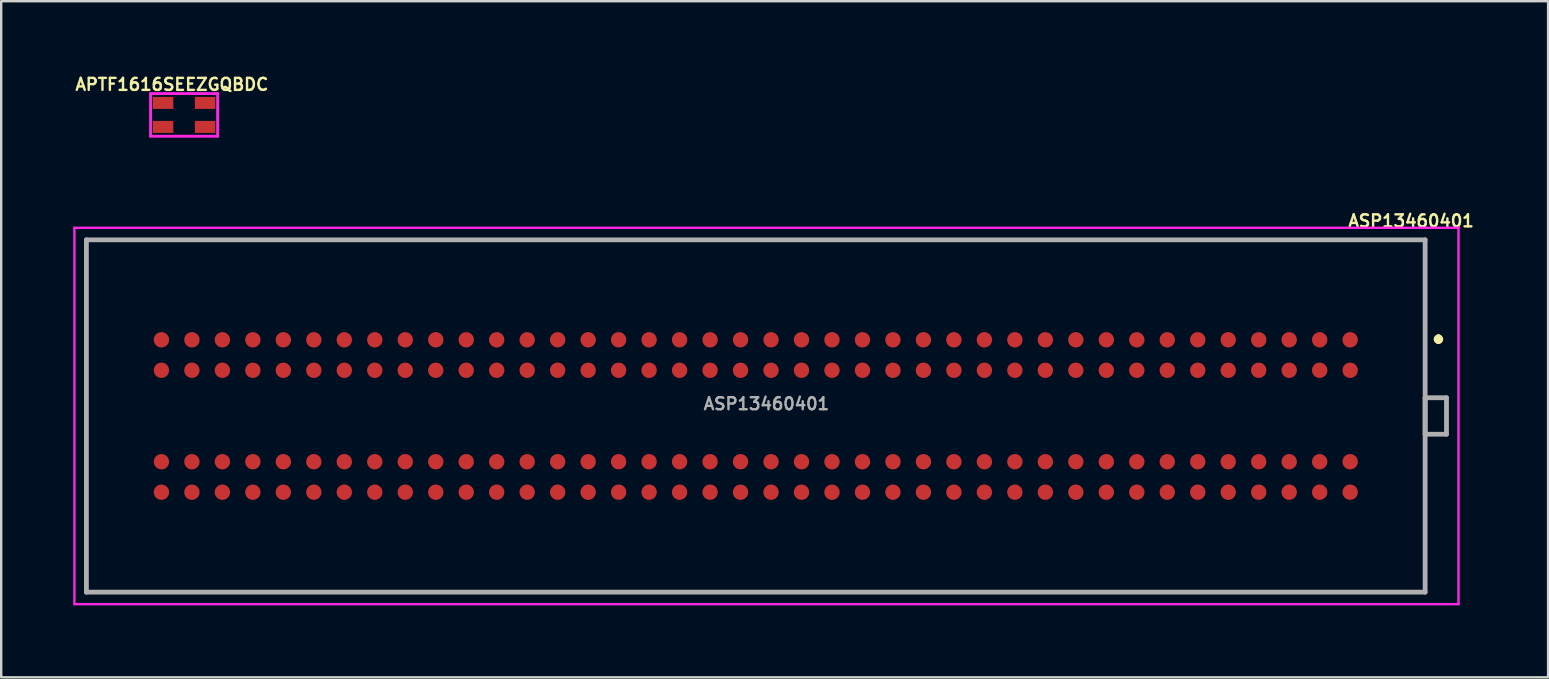
<source format=kicad_pcb>
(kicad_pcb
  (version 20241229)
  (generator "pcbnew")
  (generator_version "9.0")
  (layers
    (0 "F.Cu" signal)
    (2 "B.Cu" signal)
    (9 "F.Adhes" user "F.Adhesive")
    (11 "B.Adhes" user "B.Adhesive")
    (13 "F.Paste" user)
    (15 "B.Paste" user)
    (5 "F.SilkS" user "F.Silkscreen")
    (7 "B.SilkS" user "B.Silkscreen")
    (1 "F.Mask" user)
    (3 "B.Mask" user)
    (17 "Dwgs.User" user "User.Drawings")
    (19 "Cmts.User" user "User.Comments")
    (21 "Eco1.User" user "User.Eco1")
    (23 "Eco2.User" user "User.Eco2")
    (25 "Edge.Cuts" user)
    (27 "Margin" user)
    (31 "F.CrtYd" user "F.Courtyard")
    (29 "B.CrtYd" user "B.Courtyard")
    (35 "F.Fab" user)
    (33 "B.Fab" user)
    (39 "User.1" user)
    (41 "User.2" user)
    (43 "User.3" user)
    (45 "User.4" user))
  (footprint "APTF1616SEEZGQBDC"
    (layer "F.Cu")
    (at 4.62 1.738)
    (property "Reference" "APTF1616SEEZGQBDC" (at -0.508 -1.27 0) (layer "F.SilkS") (effects (font (size 0.5 0.5) (thickness 0.1))))
    (attr through_hole)
    (fp_line (start -1.397 -0.889) (end 1.397 -0.889) (stroke (width 0.12) (type solid)) (layer "F.CrtYd"))
    (fp_line (start -1.397 0.889) (end -1.397 -0.889) (stroke (width 0.12) (type solid)) (layer "F.CrtYd"))
    (fp_line (start 1.397 -0.889) (end 1.397 0.889) (stroke (width 0.12) (type solid)) (layer "F.CrtYd"))
    (fp_line (start 1.397 0.889) (end -1.397 0.889) (stroke (width 0.12) (type solid)) (layer "F.CrtYd"))
    (pad "1" smd rect (at 0.875 0.5) (size 0.85 0.5) (layers "F.Cu" "F.Mask" "F.Paste"))
    (pad "2" smd rect (at -0.875 0.5) (size 0.85 0.5) (layers "F.Cu" "F.Mask" "F.Paste"))
    (pad "3" smd rect (at -0.875 -0.5) (size 0.85 0.5) (layers "F.Cu" "F.Mask" "F.Paste"))
    (pad "4" smd rect (at 0.875 -0.5) (size 0.85 0.5) (layers "F.Cu" "F.Mask" "F.Paste")))
  (footprint "ASP13460401"
    (layer "F.Cu")
    (at 28.441 14.283)
    (property "Reference" "ASP13460401" (at 27.305 -8.128 0) (layer "F.SilkS") (effects (font (size 0.5 0.5) (thickness 0.1))))
    (attr through_hole)
    (fp_line (start -27.891 -7.34) (end 27.889 -7.34) (stroke (width 0.1) (type solid)) (layer "F.SilkS"))
    (fp_line (start -27.891 2) (end -27.891 -7.34) (stroke (width 0.1) (type solid)) (layer "F.SilkS"))
    (fp_line (start -27.891 4) (end -27.891 7.34) (stroke (width 0.1) (type solid)) (layer "F.SilkS"))
    (fp_line (start -27.891 7.34) (end 27.889 7.34) (stroke (width 0.1) (type solid)) (layer "F.SilkS"))
    (fp_line (start 27.889 -7.34) (end 27.889 -1.5) (stroke (width 0.1) (type solid)) (layer "F.SilkS"))
    (fp_line (start 27.889 7.34) (end 27.889 1.5) (stroke (width 0.1) (type solid)) (layer "F.SilkS"))
    (fp_line (start 28.444 -3.3) (end 28.444 -3.3) (stroke (width 0.2) (type solid)) (layer "F.SilkS"))
    (fp_line (start 28.444 -3.1) (end 28.444 -3.1) (stroke (width 0.2) (type solid)) (layer "F.SilkS"))
    (fp_arc (start 28.444 -3.3) (mid 28.544 -3.2) (end 28.444 -3.1) (stroke (width 0.2) (type solid)) (layer "F.SilkS"))
    (fp_arc (start 28.444 -3.1) (mid 28.344 -3.2) (end 28.444 -3.3) (stroke (width 0.2) (type solid)) (layer "F.SilkS"))
    (fp_line (start -28.391 -7.84) (end 29.279 -7.84) (stroke (width 0.1) (type solid)) (layer "F.CrtYd"))
    (fp_line (start -28.391 7.84) (end -28.391 -7.84) (stroke (width 0.1) (type solid)) (layer "F.CrtYd"))
    (fp_line (start 29.279 -7.84) (end 29.279 7.84) (stroke (width 0.1) (type solid)) (layer "F.CrtYd"))
    (fp_line (start 29.279 7.84) (end -28.391 7.84) (stroke (width 0.1) (type solid)) (layer "F.CrtYd"))
    (fp_line (start -27.891 -7.34) (end 27.889 -7.34) (stroke (width 0.2) (type solid)) (layer "F.Fab"))
    (fp_line (start -27.891 7.34) (end -27.891 -7.34) (stroke (width 0.2) (type solid)) (layer "F.Fab"))
    (fp_line (start 27.889 -7.34) (end 27.889 7.34) (stroke (width 0.2) (type solid)) (layer "F.Fab"))
    (fp_line (start 27.889 -0.76) (end 28.779 -0.76) (stroke (width 0.2) (type solid)) (layer "F.Fab"))
    (fp_line (start 27.889 0.76) (end 27.889 -0.76) (stroke (width 0.2) (type solid)) (layer "F.Fab"))
    (fp_line (start 27.889 7.34) (end -27.891 7.34) (stroke (width 0.2) (type solid)) (layer "F.Fab"))
    (fp_line (start 28.779 -0.76) (end 28.779 0.76) (stroke (width 0.2) (type solid)) (layer "F.Fab"))
    (fp_line (start 28.779 0.76) (end 27.889 0.76) (stroke (width 0.2) (type solid)) (layer "F.Fab"))
    (fp_text user "${REFERENCE}" (at 0.444 -0.508 0) (layer "F.Fab") (effects (font (size 0.5 0.5) (thickness 0.1))))
    (pad "" np_thru_hole circle (at -27.191 3.05) (size 0.001 0.001) (drill 1.27) (layers "*.Cu" "*.Mask"))
    (pad "" np_thru_hole circle (at 27.189 0) (size 0.001 0.001) (drill 1.27) (layers "*.Cu" "*.Mask"))
    (pad "C1" smd circle (at 24.765 -3.175 90) (size 0.64 0.64) (layers "F.Cu" "F.Mask" "F.Paste"))
    (pad "C2" smd circle (at 23.495 -3.175 90) (size 0.64 0.64) (layers "F.Cu" "F.Mask" "F.Paste"))
    (pad "C3" smd circle (at 22.225 -3.175 90) (size 0.64 0.64) (layers "F.Cu" "F.Mask" "F.Paste"))
    (pad "C4" smd circle (at 20.955 -3.175 90) (size 0.64 0.64) (layers "F.Cu" "F.Mask" "F.Paste"))
    (pad "C5" smd circle (at 19.685 -3.175 90) (size 0.64 0.64) (layers "F.Cu" "F.Mask" "F.Paste"))
    (pad "C6" smd circle (at 18.415 -3.175 90) (size 0.64 0.64) (layers "F.Cu" "F.Mask" "F.Paste"))
    (pad "C7" smd circle (at 17.145 -3.175 90) (size 0.64 0.64) (layers "F.Cu" "F.Mask" "F.Paste"))
    (pad "C8" smd circle (at 15.875 -3.175 90) (size 0.64 0.64) (layers "F.Cu" "F.Mask" "F.Paste"))
    (pad "C9" smd circle (at 14.605 -3.175 90) (size 0.64 0.64) (layers "F.Cu" "F.Mask" "F.Paste"))
    (pad "C10" smd circle (at 13.335 -3.175 90) (size 0.64 0.64) (layers "F.Cu" "F.Mask" "F.Paste"))
    (pad "C11" smd circle (at 12.065 -3.175 90) (size 0.64 0.64) (layers "F.Cu" "F.Mask" "F.Paste"))
    (pad "C12" smd circle (at 10.795 -3.175 90) (size 0.64 0.64) (layers "F.Cu" "F.Mask" "F.Paste"))
    (pad "C13" smd circle (at 9.525 -3.175 90) (size 0.64 0.64) (layers "F.Cu" "F.Mask" "F.Paste"))
    (pad "C14" smd circle (at 8.255 -3.175 90) (size 0.64 0.64) (layers "F.Cu" "F.Mask" "F.Paste"))
    (pad "C15" smd circle (at 6.985 -3.175 90) (size 0.64 0.64) (layers "F.Cu" "F.Mask" "F.Paste"))
    (pad "C16" smd circle (at 5.715 -3.175 90) (size 0.64 0.64) (layers "F.Cu" "F.Mask" "F.Paste"))
    (pad "C17" smd circle (at 4.445 -3.175 90) (size 0.64 0.64) (layers "F.Cu" "F.Mask" "F.Paste"))
    (pad "C18" smd circle (at 3.175 -3.175 90) (size 0.64 0.64) (layers "F.Cu" "F.Mask" "F.Paste"))
    (pad "C19" smd circle (at 1.905 -3.175 90) (size 0.64 0.64) (layers "F.Cu" "F.Mask" "F.Paste"))
    (pad "C20" smd circle (at 0.635 -3.175 90) (size 0.64 0.64) (layers "F.Cu" "F.Mask" "F.Paste"))
    (pad "C21" smd circle (at -0.635 -3.175 90) (size 0.64 0.64) (layers "F.Cu" "F.Mask" "F.Paste"))
    (pad "C22" smd circle (at -1.905 -3.175 90) (size 0.64 0.64) (layers "F.Cu" "F.Mask" "F.Paste"))
    (pad "C23" smd circle (at -3.175 -3.175 90) (size 0.64 0.64) (layers "F.Cu" "F.Mask" "F.Paste"))
    (pad "C24" smd circle (at -4.445 -3.175 90) (size 0.64 0.64) (layers "F.Cu" "F.Mask" "F.Paste"))
    (pad "C25" smd circle (at -5.715 -3.175 90) (size 0.64 0.64) (layers "F.Cu" "F.Mask" "F.Paste"))
    (pad "C26" smd circle (at -6.985 -3.175 90) (size 0.64 0.64) (layers "F.Cu" "F.Mask" "F.Paste"))
    (pad "C27" smd circle (at -8.255 -3.175 90) (size 0.64 0.64) (layers "F.Cu" "F.Mask" "F.Paste"))
    (pad "C28" smd circle (at -9.525 -3.175 90) (size 0.64 0.64) (layers "F.Cu" "F.Mask" "F.Paste"))
    (pad "C29" smd circle (at -10.795 -3.175 90) (size 0.64 0.64) (layers "F.Cu" "F.Mask" "F.Paste"))
    (pad "C30" smd circle (at -12.065 -3.175 90) (size 0.64 0.64) (layers "F.Cu" "F.Mask" "F.Paste"))
    (pad "C31" smd circle (at -13.335 -3.175 90) (size 0.64 0.64) (layers "F.Cu" "F.Mask" "F.Paste"))
    (pad "C32" smd circle (at -14.605 -3.175 90) (size 0.64 0.64) (layers "F.Cu" "F.Mask" "F.Paste"))
    (pad "C33" smd circle (at -15.875 -3.175 90) (size 0.64 0.64) (layers "F.Cu" "F.Mask" "F.Paste"))
    (pad "C34" smd circle (at -17.145 -3.175 90) (size 0.64 0.64) (layers "F.Cu" "F.Mask" "F.Paste"))
    (pad "C35" smd circle (at -18.415 -3.175 90) (size 0.64 0.64) (layers "F.Cu" "F.Mask" "F.Paste"))
    (pad "C36" smd circle (at -19.685 -3.175 90) (size 0.64 0.64) (layers "F.Cu" "F.Mask" "F.Paste"))
    (pad "C37" smd circle (at -20.955 -3.175 90) (size 0.64 0.64) (layers "F.Cu" "F.Mask" "F.Paste"))
    (pad "C38" smd circle (at -22.225 -3.175 90) (size 0.64 0.64) (layers "F.Cu" "F.Mask" "F.Paste"))
    (pad "C39" smd circle (at -23.495 -3.175 90) (size 0.64 0.64) (layers "F.Cu" "F.Mask" "F.Paste"))
    (pad "C40" smd circle (at -24.765 -3.175 90) (size 0.64 0.64) (layers "F.Cu" "F.Mask" "F.Paste"))
    (pad "D1" smd circle (at 24.765 -1.905 90) (size 0.64 0.64) (layers "F.Cu" "F.Mask" "F.Paste"))
    (pad "D2" smd circle (at 23.495 -1.905 90) (size 0.64 0.64) (layers "F.Cu" "F.Mask" "F.Paste"))
    (pad "D3" smd circle (at 22.225 -1.905 90) (size 0.64 0.64) (layers "F.Cu" "F.Mask" "F.Paste"))
    (pad "D4" smd circle (at 20.955 -1.905 90) (size 0.64 0.64) (layers "F.Cu" "F.Mask" "F.Paste"))
    (pad "D5" smd circle (at 19.685 -1.905 90) (size 0.64 0.64) (layers "F.Cu" "F.Mask" "F.Paste"))
    (pad "D6" smd circle (at 18.415 -1.905 90) (size 0.64 0.64) (layers "F.Cu" "F.Mask" "F.Paste"))
    (pad "D7" smd circle (at 17.145 -1.905 90) (size 0.64 0.64) (layers "F.Cu" "F.Mask" "F.Paste"))
    (pad "D8" smd circle (at 15.875 -1.905 90) (size 0.64 0.64) (layers "F.Cu" "F.Mask" "F.Paste"))
    (pad "D9" smd circle (at 14.605 -1.905 90) (size 0.64 0.64) (layers "F.Cu" "F.Mask" "F.Paste"))
    (pad "D10" smd circle (at 13.335 -1.905 90) (size 0.64 0.64) (layers "F.Cu" "F.Mask" "F.Paste"))
    (pad "D11" smd circle (at 12.065 -1.905 90) (size 0.64 0.64) (layers "F.Cu" "F.Mask" "F.Paste"))
    (pad "D12" smd circle (at 10.795 -1.905 90) (size 0.64 0.64) (layers "F.Cu" "F.Mask" "F.Paste"))
    (pad "D13" smd circle (at 9.525 -1.905 90) (size 0.64 0.64) (layers "F.Cu" "F.Mask" "F.Paste"))
    (pad "D14" smd circle (at 8.255 -1.905 90) (size 0.64 0.64) (layers "F.Cu" "F.Mask" "F.Paste"))
    (pad "D15" smd circle (at 6.985 -1.905 90) (size 0.64 0.64) (layers "F.Cu" "F.Mask" "F.Paste"))
    (pad "D16" smd circle (at 5.715 -1.905 90) (size 0.64 0.64) (layers "F.Cu" "F.Mask" "F.Paste"))
    (pad "D17" smd circle (at 4.445 -1.905 90) (size 0.64 0.64) (layers "F.Cu" "F.Mask" "F.Paste"))
    (pad "D18" smd circle (at 3.175 -1.905 90) (size 0.64 0.64) (layers "F.Cu" "F.Mask" "F.Paste"))
    (pad "D19" smd circle (at 1.905 -1.905 90) (size 0.64 0.64) (layers "F.Cu" "F.Mask" "F.Paste"))
    (pad "D20" smd circle (at 0.635 -1.905 90) (size 0.64 0.64) (layers "F.Cu" "F.Mask" "F.Paste"))
    (pad "D21" smd circle (at -0.635 -1.905 90) (size 0.64 0.64) (layers "F.Cu" "F.Mask" "F.Paste"))
    (pad "D22" smd circle (at -1.905 -1.905 90) (size 0.64 0.64) (layers "F.Cu" "F.Mask" "F.Paste"))
    (pad "D23" smd circle (at -3.175 -1.905 90) (size 0.64 0.64) (layers "F.Cu" "F.Mask" "F.Paste"))
    (pad "D24" smd circle (at -4.445 -1.905 90) (size 0.64 0.64) (layers "F.Cu" "F.Mask" "F.Paste"))
    (pad "D25" smd circle (at -5.715 -1.905 90) (size 0.64 0.64) (layers "F.Cu" "F.Mask" "F.Paste"))
    (pad "D26" smd circle (at -6.985 -1.905 90) (size 0.64 0.64) (layers "F.Cu" "F.Mask" "F.Paste"))
    (pad "D27" smd circle (at -8.255 -1.905 90) (size 0.64 0.64) (layers "F.Cu" "F.Mask" "F.Paste"))
    (pad "D28" smd circle (at -9.525 -1.905 90) (size 0.64 0.64) (layers "F.Cu" "F.Mask" "F.Paste"))
    (pad "D29" smd circle (at -10.795 -1.905 90) (size 0.64 0.64) (layers "F.Cu" "F.Mask" "F.Paste"))
    (pad "D30" smd circle (at -12.065 -1.905 90) (size 0.64 0.64) (layers "F.Cu" "F.Mask" "F.Paste"))
    (pad "D31" smd circle (at -13.335 -1.905 90) (size 0.64 0.64) (layers "F.Cu" "F.Mask" "F.Paste"))
    (pad "D32" smd circle (at -14.605 -1.905 90) (size 0.64 0.64) (layers "F.Cu" "F.Mask" "F.Paste"))
    (pad "D33" smd circle (at -15.875 -1.905 90) (size 0.64 0.64) (layers "F.Cu" "F.Mask" "F.Paste"))
    (pad "D34" smd circle (at -17.145 -1.905 90) (size 0.64 0.64) (layers "F.Cu" "F.Mask" "F.Paste"))
    (pad "D35" smd circle (at -18.415 -1.905 90) (size 0.64 0.64) (layers "F.Cu" "F.Mask" "F.Paste"))
    (pad "D36" smd circle (at -19.685 -1.905 90) (size 0.64 0.64) (layers "F.Cu" "F.Mask" "F.Paste"))
    (pad "D37" smd circle (at -20.955 -1.905 90) (size 0.64 0.64) (layers "F.Cu" "F.Mask" "F.Paste"))
    (pad "D38" smd circle (at -22.225 -1.905 90) (size 0.64 0.64) (layers "F.Cu" "F.Mask" "F.Paste"))
    (pad "D39" smd circle (at -23.495 -1.905 90) (size 0.64 0.64) (layers "F.Cu" "F.Mask" "F.Paste"))
    (pad "D40" smd circle (at -24.765 -1.905 90) (size 0.64 0.64) (layers "F.Cu" "F.Mask" "F.Paste"))
    (pad "G1" smd circle (at 24.765 1.905 90) (size 0.64 0.64) (layers "F.Cu" "F.Mask" "F.Paste"))
    (pad "G2" smd circle (at 23.495 1.905 90) (size 0.64 0.64) (layers "F.Cu" "F.Mask" "F.Paste"))
    (pad "G3" smd circle (at 22.225 1.905 90) (size 0.64 0.64) (layers "F.Cu" "F.Mask" "F.Paste"))
    (pad "G4" smd circle (at 20.955 1.905 90) (size 0.64 0.64) (layers "F.Cu" "F.Mask" "F.Paste"))
    (pad "G5" smd circle (at 19.685 1.905 90) (size 0.64 0.64) (layers "F.Cu" "F.Mask" "F.Paste"))
    (pad "G6" smd circle (at 18.415 1.905 90) (size 0.64 0.64) (layers "F.Cu" "F.Mask" "F.Paste"))
    (pad "G7" smd circle (at 17.145 1.905 90) (size 0.64 0.64) (layers "F.Cu" "F.Mask" "F.Paste"))
    (pad "G8" smd circle (at 15.875 1.905 90) (size 0.64 0.64) (layers "F.Cu" "F.Mask" "F.Paste"))
    (pad "G9" smd circle (at 14.605 1.905 90) (size 0.64 0.64) (layers "F.Cu" "F.Mask" "F.Paste"))
    (pad "G10" smd circle (at 13.335 1.905 90) (size 0.64 0.64) (layers "F.Cu" "F.Mask" "F.Paste"))
    (pad "G11" smd circle (at 12.065 1.905 90) (size 0.64 0.64) (layers "F.Cu" "F.Mask" "F.Paste"))
    (pad "G12" smd circle (at 10.795 1.905 90) (size 0.64 0.64) (layers "F.Cu" "F.Mask" "F.Paste"))
    (pad "G13" smd circle (at 9.525 1.905 90) (size 0.64 0.64) (layers "F.Cu" "F.Mask" "F.Paste"))
    (pad "G14" smd circle (at 8.255 1.905 90) (size 0.64 0.64) (layers "F.Cu" "F.Mask" "F.Paste"))
    (pad "G15" smd circle (at 6.985 1.905 90) (size 0.64 0.64) (layers "F.Cu" "F.Mask" "F.Paste"))
    (pad "G16" smd circle (at 5.715 1.905 90) (size 0.64 0.64) (layers "F.Cu" "F.Mask" "F.Paste"))
    (pad "G17" smd circle (at 4.445 1.905 90) (size 0.64 0.64) (layers "F.Cu" "F.Mask" "F.Paste"))
    (pad "G18" smd circle (at 3.175 1.905 90) (size 0.64 0.64) (layers "F.Cu" "F.Mask" "F.Paste"))
    (pad "G19" smd circle (at 1.905 1.905 90) (size 0.64 0.64) (layers "F.Cu" "F.Mask" "F.Paste"))
    (pad "G20" smd circle (at 0.635 1.905 90) (size 0.64 0.64) (layers "F.Cu" "F.Mask" "F.Paste"))
    (pad "G21" smd circle (at -0.635 1.905 90) (size 0.64 0.64) (layers "F.Cu" "F.Mask" "F.Paste"))
    (pad "G22" smd circle (at -1.905 1.905 90) (size 0.64 0.64) (layers "F.Cu" "F.Mask" "F.Paste"))
    (pad "G23" smd circle (at -3.175 1.905 90) (size 0.64 0.64) (layers "F.Cu" "F.Mask" "F.Paste"))
    (pad "G24" smd circle (at -4.445 1.905 90) (size 0.64 0.64) (layers "F.Cu" "F.Mask" "F.Paste"))
    (pad "G25" smd circle (at -5.715 1.905 90) (size 0.64 0.64) (layers "F.Cu" "F.Mask" "F.Paste"))
    (pad "G26" smd circle (at -6.985 1.905 90) (size 0.64 0.64) (layers "F.Cu" "F.Mask" "F.Paste"))
    (pad "G27" smd circle (at -8.255 1.905 90) (size 0.64 0.64) (layers "F.Cu" "F.Mask" "F.Paste"))
    (pad "G28" smd circle (at -9.525 1.905 90) (size 0.64 0.64) (layers "F.Cu" "F.Mask" "F.Paste"))
    (pad "G29" smd circle (at -10.795 1.905 90) (size 0.64 0.64) (layers "F.Cu" "F.Mask" "F.Paste"))
    (pad "G30" smd circle (at -12.065 1.905 90) (size 0.64 0.64) (layers "F.Cu" "F.Mask" "F.Paste"))
    (pad "G31" smd circle (at -13.335 1.905 90) (size 0.64 0.64) (layers "F.Cu" "F.Mask" "F.Paste"))
    (pad "G32" smd circle (at -14.605 1.905 90) (size 0.64 0.64) (layers "F.Cu" "F.Mask" "F.Paste"))
    (pad "G33" smd circle (at -15.875 1.905 90) (size 0.64 0.64) (layers "F.Cu" "F.Mask" "F.Paste"))
    (pad "G34" smd circle (at -17.145 1.905 90) (size 0.64 0.64) (layers "F.Cu" "F.Mask" "F.Paste"))
    (pad "G35" smd circle (at -18.415 1.905 90) (size 0.64 0.64) (layers "F.Cu" "F.Mask" "F.Paste"))
    (pad "G36" smd circle (at -19.685 1.905 90) (size 0.64 0.64) (layers "F.Cu" "F.Mask" "F.Paste"))
    (pad "G37" smd circle (at -20.955 1.905 90) (size 0.64 0.64) (layers "F.Cu" "F.Mask" "F.Paste"))
    (pad "G38" smd circle (at -22.225 1.905 90) (size 0.64 0.64) (layers "F.Cu" "F.Mask" "F.Paste"))
    (pad "G39" smd circle (at -23.495 1.905 90) (size 0.64 0.64) (layers "F.Cu" "F.Mask" "F.Paste"))
    (pad "G40" smd circle (at -24.765 1.905 90) (size 0.64 0.64) (layers "F.Cu" "F.Mask" "F.Paste"))
    (pad "H1" smd circle (at 24.765 3.175 90) (size 0.64 0.64) (layers "F.Cu" "F.Mask" "F.Paste"))
    (pad "H2" smd circle (at 23.495 3.175 90) (size 0.64 0.64) (layers "F.Cu" "F.Mask" "F.Paste"))
    (pad "H3" smd circle (at 22.225 3.175 90) (size 0.64 0.64) (layers "F.Cu" "F.Mask" "F.Paste"))
    (pad "H4" smd circle (at 20.955 3.175 90) (size 0.64 0.64) (layers "F.Cu" "F.Mask" "F.Paste"))
    (pad "H5" smd circle (at 19.685 3.175 90) (size 0.64 0.64) (layers "F.Cu" "F.Mask" "F.Paste"))
    (pad "H6" smd circle (at 18.415 3.175 90) (size 0.64 0.64) (layers "F.Cu" "F.Mask" "F.Paste"))
    (pad "H7" smd circle (at 17.145 3.175 90) (size 0.64 0.64) (layers "F.Cu" "F.Mask" "F.Paste"))
    (pad "H8" smd circle (at 15.875 3.175 90) (size 0.64 0.64) (layers "F.Cu" "F.Mask" "F.Paste"))
    (pad "H9" smd circle (at 14.605 3.175 90) (size 0.64 0.64) (layers "F.Cu" "F.Mask" "F.Paste"))
    (pad "H10" smd circle (at 13.335 3.175 90) (size 0.64 0.64) (layers "F.Cu" "F.Mask" "F.Paste"))
    (pad "H11" smd circle (at 12.065 3.175 90) (size 0.64 0.64) (layers "F.Cu" "F.Mask" "F.Paste"))
    (pad "H12" smd circle (at 10.795 3.175 90) (size 0.64 0.64) (layers "F.Cu" "F.Mask" "F.Paste"))
    (pad "H13" smd circle (at 9.525 3.175 90) (size 0.64 0.64) (layers "F.Cu" "F.Mask" "F.Paste"))
    (pad "H14" smd circle (at 8.255 3.175 90) (size 0.64 0.64) (layers "F.Cu" "F.Mask" "F.Paste"))
    (pad "H15" smd circle (at 6.985 3.175 90) (size 0.64 0.64) (layers "F.Cu" "F.Mask" "F.Paste"))
    (pad "H16" smd circle (at 5.715 3.175 90) (size 0.64 0.64) (layers "F.Cu" "F.Mask" "F.Paste"))
    (pad "H17" smd circle (at 4.445 3.175 90) (size 0.64 0.64) (layers "F.Cu" "F.Mask" "F.Paste"))
    (pad "H18" smd circle (at 3.175 3.175 90) (size 0.64 0.64) (layers "F.Cu" "F.Mask" "F.Paste"))
    (pad "H19" smd circle (at 1.905 3.175 90) (size 0.64 0.64) (layers "F.Cu" "F.Mask" "F.Paste"))
    (pad "H20" smd circle (at 0.635 3.175 90) (size 0.64 0.64) (layers "F.Cu" "F.Mask" "F.Paste"))
    (pad "H21" smd circle (at -0.635 3.175 90) (size 0.64 0.64) (layers "F.Cu" "F.Mask" "F.Paste"))
    (pad "H22" smd circle (at -1.905 3.175 90) (size 0.64 0.64) (layers "F.Cu" "F.Mask" "F.Paste"))
    (pad "H23" smd circle (at -3.175 3.175 90) (size 0.64 0.64) (layers "F.Cu" "F.Mask" "F.Paste"))
    (pad "H24" smd circle (at -4.445 3.175 90) (size 0.64 0.64) (layers "F.Cu" "F.Mask" "F.Paste"))
    (pad "H25" smd circle (at -5.715 3.175 90) (size 0.64 0.64) (layers "F.Cu" "F.Mask" "F.Paste"))
    (pad "H26" smd circle (at -6.985 3.175 90) (size 0.64 0.64) (layers "F.Cu" "F.Mask" "F.Paste"))
    (pad "H27" smd circle (at -8.255 3.175 90) (size 0.64 0.64) (layers "F.Cu" "F.Mask" "F.Paste"))
    (pad "H28" smd circle (at -9.525 3.175 90) (size 0.64 0.64) (layers "F.Cu" "F.Mask" "F.Paste"))
    (pad "H29" smd circle (at -10.795 3.175 90) (size 0.64 0.64) (layers "F.Cu" "F.Mask" "F.Paste"))
    (pad "H30" smd circle (at -12.065 3.175 90) (size 0.64 0.64) (layers "F.Cu" "F.Mask" "F.Paste"))
    (pad "H31" smd circle (at -13.335 3.175 90) (size 0.64 0.64) (layers "F.Cu" "F.Mask" "F.Paste"))
    (pad "H32" smd circle (at -14.605 3.175 90) (size 0.64 0.64) (layers "F.Cu" "F.Mask" "F.Paste"))
    (pad "H33" smd circle (at -15.875 3.175 90) (size 0.64 0.64) (layers "F.Cu" "F.Mask" "F.Paste"))
    (pad "H34" smd circle (at -17.145 3.175 90) (size 0.64 0.64) (layers "F.Cu" "F.Mask" "F.Paste"))
    (pad "H35" smd circle (at -18.415 3.175 90) (size 0.64 0.64) (layers "F.Cu" "F.Mask" "F.Paste"))
    (pad "H36" smd circle (at -19.685 3.175 90) (size 0.64 0.64) (layers "F.Cu" "F.Mask" "F.Paste"))
    (pad "H37" smd circle (at -20.955 3.175 90) (size 0.64 0.64) (layers "F.Cu" "F.Mask" "F.Paste"))
    (pad "H38" smd circle (at -22.225 3.175 90) (size 0.64 0.64) (layers "F.Cu" "F.Mask" "F.Paste"))
    (pad "H39" smd circle (at -23.495 3.175 90) (size 0.64 0.64) (layers "F.Cu" "F.Mask" "F.Paste"))
    (pad "H40" smd circle (at -24.765 3.175 90) (size 0.64 0.64) (layers "F.Cu" "F.Mask" "F.Paste")))
  (gr_rect
    (start -3 -3)
    (end 61.453 25.173)
    (stroke (width 0.1) (type default))
    (fill no)
    (layer "Edge.Cuts")))
</source>
